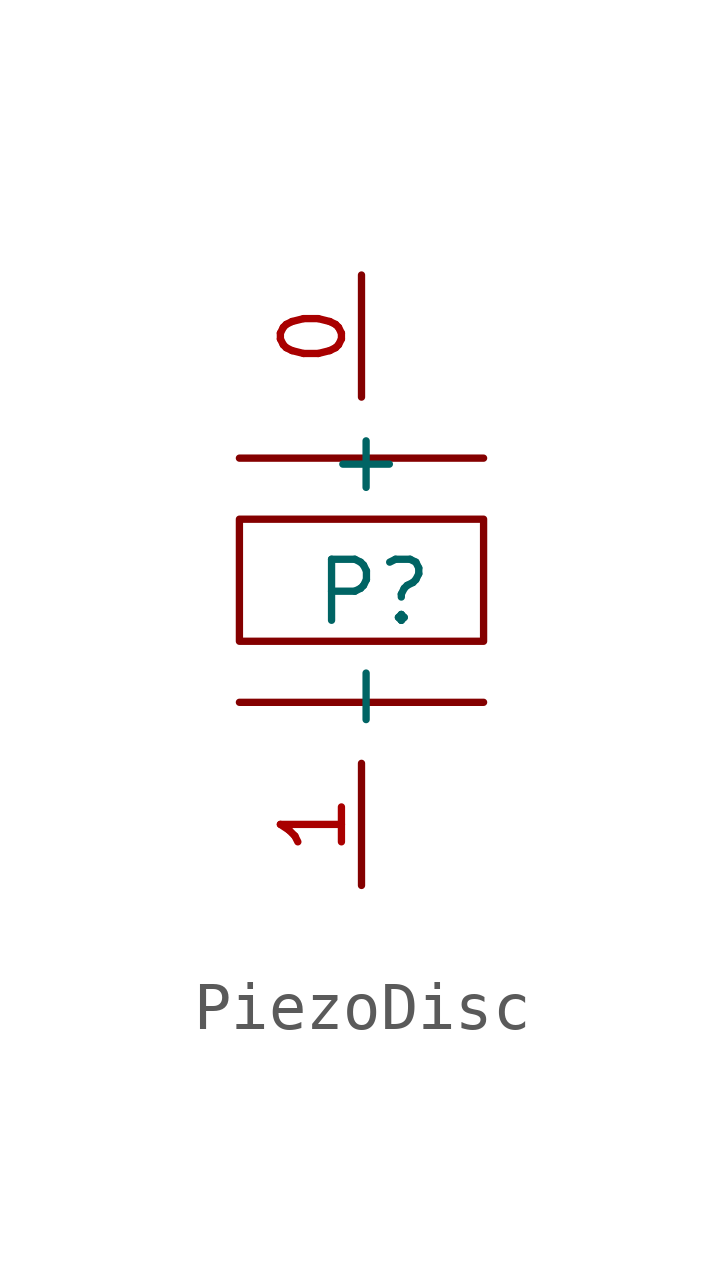
<source format=kicad_sym>
(kicad_symbol_lib
  (version 20241209)
  (generator "kicad_symbol_editor")
  (generator_version "9.0")
  (symbol "PiezoDisc"
    (property "Reference" "P"
      (at 0.254 -0.254 0)
      (effects (font (size 1.27 1.27))))
    (property "Value" ""
      (at 0 0 0)
      (effects (font (size 1.27 1.27))))
    (symbol "PiezoDisc_0_1"
      (polyline (pts (xy -2.54 2.54) (xy 2.54 2.54)) (stroke (width 0) (type default)) (fill (type none)))
      (rectangle (start -2.54 1.27) (end 2.54 -1.27) (stroke (width 0) (type default)) (fill (type none)))
      (polyline (pts (xy -2.54 -2.54) (xy 2.54 -2.54)) (stroke (width 0) (type default)) (fill (type none))))
    (symbol "PiezoDisc_1_1"
      (pin unspecified line (at 0 6.35 270) (length 2.54) (name "+" (effects (font (size 1.27 1.27)))) (number "0" (effects (font (size 1.27 1.27)))))
      (pin unspecified line (at 0 -6.35 90) (length 2.54) (name "-" (effects (font (size 1.27 1.27)))) (number "1" (effects (font (size 1.27 1.27))))))))
</source>
